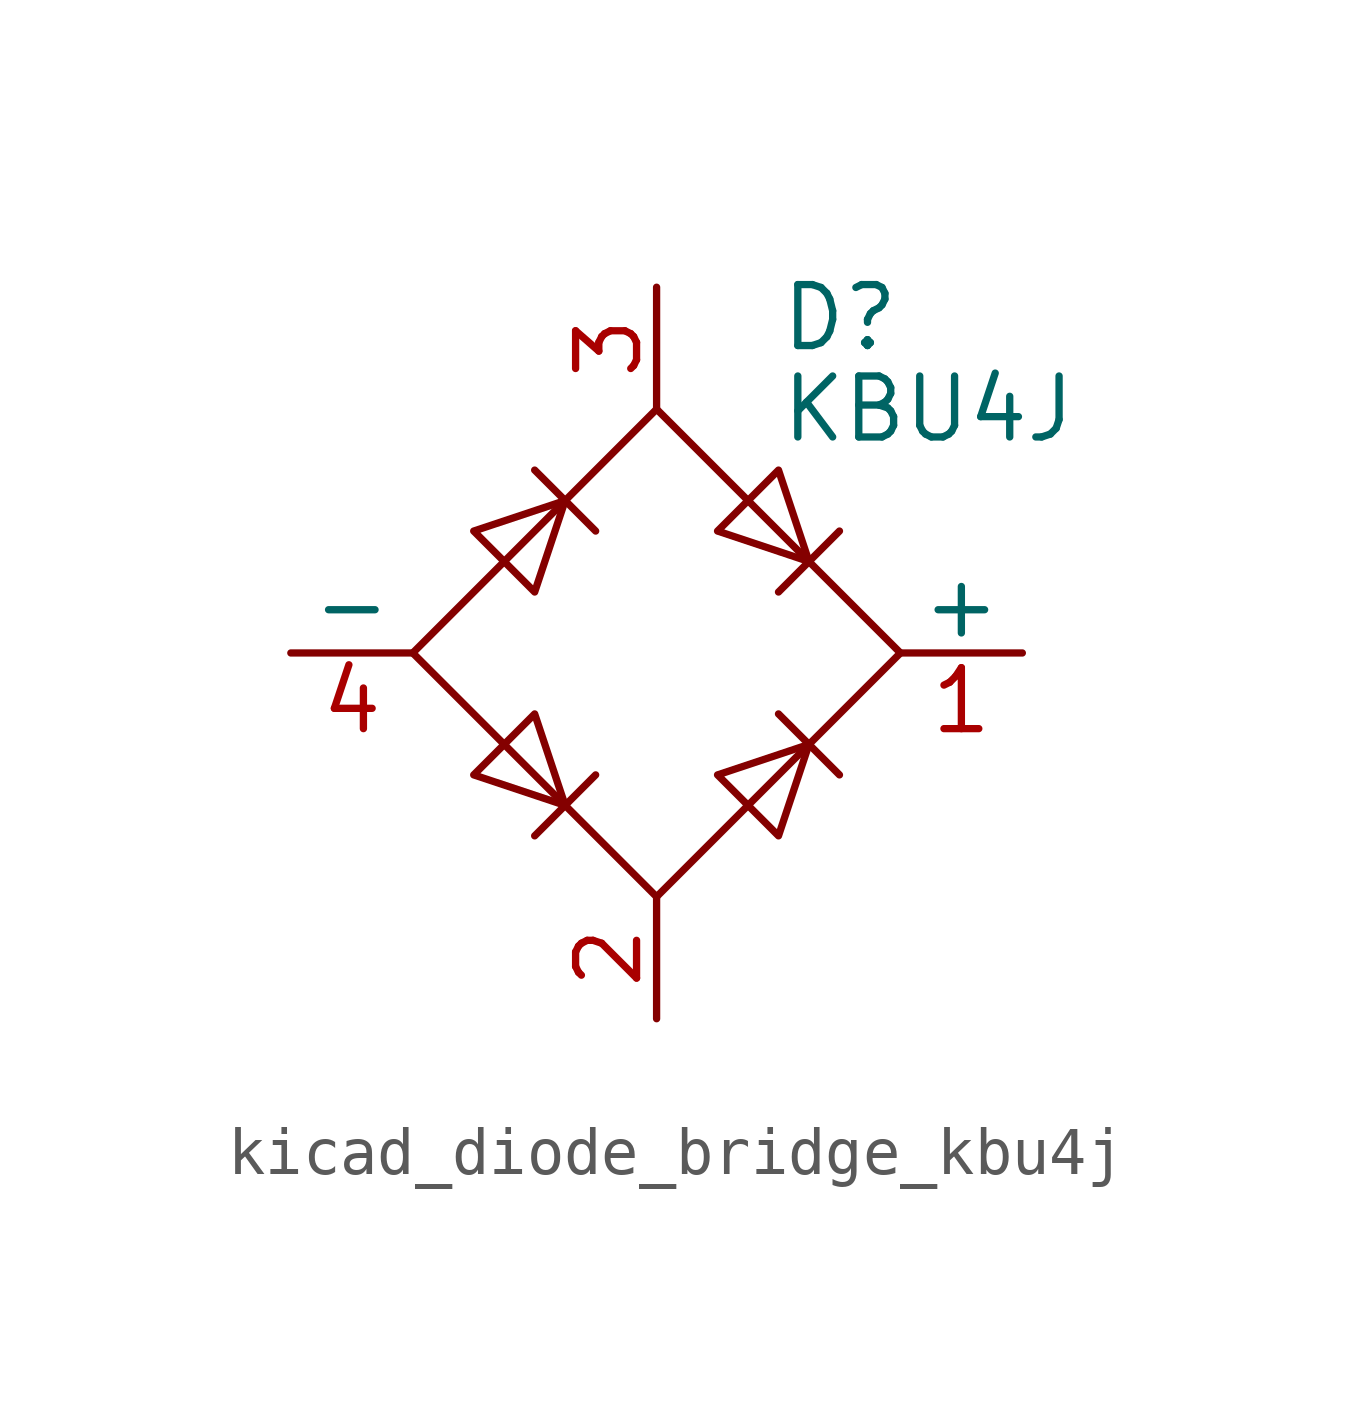
<source format=kicad_sym>
(kicad_symbol_lib
  (version 20220914)
  (generator kicad_symbol_editor)
  (symbol "kicad_diode_bridge_kbu4j"
    (pin_names
      (offset 0))
    (property "Reference" "D"
      (at 2.54 6.985 0)
      (effects (font (size 1.27 1.27)) (justify left)))
    (property "Value" "KBU4J"
      (at 2.54 5.08 0)
      (effects (font (size 1.27 1.27)) (justify left)))
    (symbol "kicad_diode_bridge_kbu4j_0_1"
      (polyline (pts (xy -2.54 3.81) (xy -1.27 2.54)) (stroke (width 0) (type default)) (fill (type none)))
      (polyline (pts (xy -1.27 -2.54) (xy -2.54 -3.81)) (stroke (width 0) (type default)) (fill (type none)))
      (polyline (pts (xy 2.54 -1.27) (xy 3.81 -2.54)) (stroke (width 0) (type default)) (fill (type none)))
      (polyline (pts (xy 2.54 1.27) (xy 3.81 2.54)) (stroke (width 0) (type default)) (fill (type none)))
      (polyline (pts (xy -3.81 2.54) (xy -2.54 1.27) (xy -1.905 3.175) (xy -3.81 2.54)) (stroke (width 0) (type default)) (fill (type none)))
      (polyline (pts (xy -2.54 -1.27) (xy -3.81 -2.54) (xy -1.905 -3.175) (xy -2.54 -1.27)) (stroke (width 0) (type default)) (fill (type none)))
      (polyline (pts (xy 1.27 2.54) (xy 2.54 3.81) (xy 3.175 1.905) (xy 1.27 2.54)) (stroke (width 0) (type default)) (fill (type none)))
      (polyline (pts (xy 3.175 -1.905) (xy 1.27 -2.54) (xy 2.54 -3.81) (xy 3.175 -1.905)) (stroke (width 0) (type default)) (fill (type none)))
      (polyline (pts (xy -5.08 0) (xy 0 -5.08) (xy 5.08 0) (xy 0 5.08) (xy -5.08 0)) (stroke (width 0) (type default)) (fill (type none))))
    (symbol "kicad_diode_bridge_kbu4j_1_1"
      (pin passive line (at 7.62 0 180) (length 2.54) (name "+" (effects (font (size 1.27 1.27)))) (number "1" (effects (font (size 1.27 1.27)))))
      (pin passive line (at 0 -7.62 90) (length 2.54) (name "~" (effects (font (size 1.27 1.27)))) (number "2" (effects (font (size 1.27 1.27)))))
      (pin passive line (at 0 7.62 270) (length 2.54) (name "~" (effects (font (size 1.27 1.27)))) (number "3" (effects (font (size 1.27 1.27)))))
      (pin passive line (at -7.62 0 0) (length 2.54) (name "-" (effects (font (size 1.27 1.27)))) (number "4" (effects (font (size 1.27 1.27))))))))
</source>
